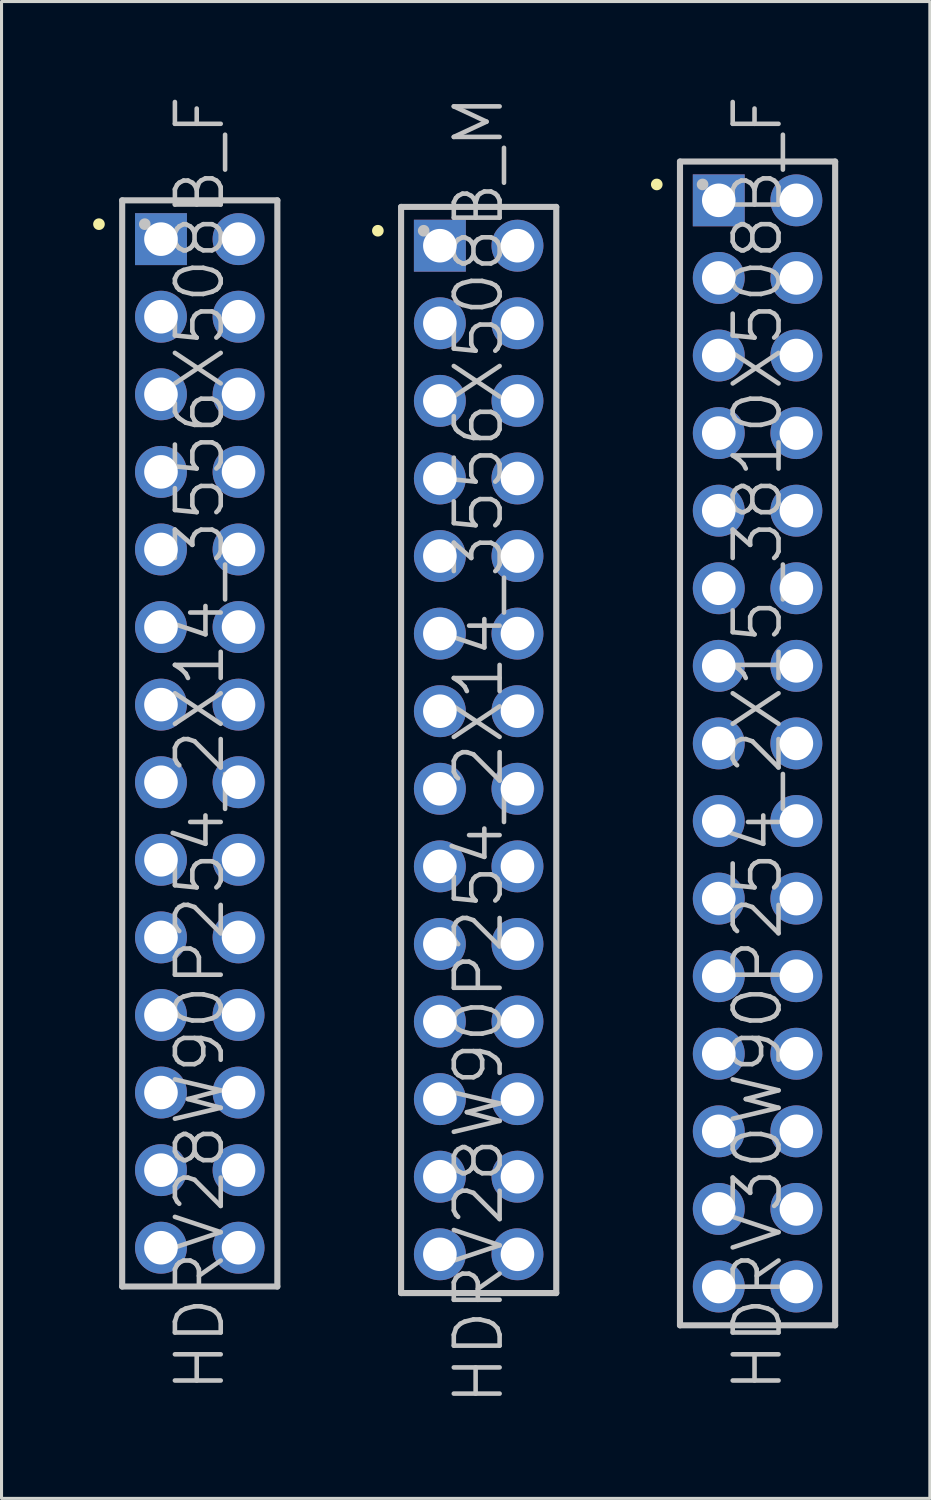
<source format=kicad_pcb>
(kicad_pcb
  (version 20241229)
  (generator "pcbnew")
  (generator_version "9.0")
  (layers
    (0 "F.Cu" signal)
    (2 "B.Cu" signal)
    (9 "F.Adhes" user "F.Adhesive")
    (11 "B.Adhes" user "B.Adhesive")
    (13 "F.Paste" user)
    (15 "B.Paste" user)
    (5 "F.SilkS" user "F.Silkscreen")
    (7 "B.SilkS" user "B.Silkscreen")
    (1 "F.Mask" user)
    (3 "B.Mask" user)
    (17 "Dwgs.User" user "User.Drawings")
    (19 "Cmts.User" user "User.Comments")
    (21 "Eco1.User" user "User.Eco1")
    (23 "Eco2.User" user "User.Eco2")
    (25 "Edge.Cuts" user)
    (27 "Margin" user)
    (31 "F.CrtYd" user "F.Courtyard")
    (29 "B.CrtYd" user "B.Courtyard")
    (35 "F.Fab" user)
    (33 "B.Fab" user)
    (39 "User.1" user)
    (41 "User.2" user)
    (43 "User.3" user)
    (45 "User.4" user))
  (footprint "HDRV28W90P254_2X14_3556X508B_F"
    (layer "F.Cu")
    (at 3.49 21.289)
    (property "Reference" "HDRV28W90P254_2X14_3556X508B_F" (at 0 0 90) (layer "Dwgs.User") (effects (font (size 1.5 1.5) (thickness 0.15))))
    (attr through_hole)
    (fp_line (start -3.3 -17) (end -3.3 -17) (stroke (width 0.381) (type solid)) (layer "F.SilkS"))
    (fp_line (start -2.54 -17.78) (end -2.54 17.78) (stroke (width 0.2) (type solid)) (layer "Dwgs.User"))
    (fp_line (start -2.54 -17.78) (end 2.54 -17.78) (stroke (width 0.2) (type solid)) (layer "Dwgs.User"))
    (fp_line (start -2.54 17.78) (end 2.54 17.78) (stroke (width 0.2) (type solid)) (layer "Dwgs.User"))
    (fp_line (start -1.8 -17) (end -1.8 -17) (stroke (width 0.381) (type solid)) (layer "Dwgs.User"))
    (fp_line (start 2.54 -17.78) (end 2.54 17.78) (stroke (width 0.2) (type solid)) (layer "Dwgs.User"))
    (pad "1" thru_hole rect (at -1.27 -16.51) (size 1.7 1.7) (drill 1.1) (layers "*.Cu" "*.Mask"))
    (pad "2" thru_hole circle (at 1.27 -16.51 270) (size 1.7 1.7) (drill 1.1) (layers "*.Cu" "*.Mask"))
    (pad "3" thru_hole circle (at -1.27 -13.97 270) (size 1.7 1.7) (drill 1.1) (layers "*.Cu" "*.Mask"))
    (pad "4" thru_hole circle (at 1.27 -13.97 270) (size 1.7 1.7) (drill 1.1) (layers "*.Cu" "*.Mask"))
    (pad "5" thru_hole circle (at -1.27 -11.43 270) (size 1.7 1.7) (drill 1.1) (layers "*.Cu" "*.Mask"))
    (pad "6" thru_hole circle (at 1.27 -11.43 270) (size 1.7 1.7) (drill 1.1) (layers "*.Cu" "*.Mask"))
    (pad "7" thru_hole circle (at -1.27 -8.89 270) (size 1.7 1.7) (drill 1.1) (layers "*.Cu" "*.Mask"))
    (pad "8" thru_hole circle (at 1.27 -8.89 270) (size 1.7 1.7) (drill 1.1) (layers "*.Cu" "*.Mask"))
    (pad "9" thru_hole circle (at -1.27 -6.35 270) (size 1.7 1.7) (drill 1.1) (layers "*.Cu" "*.Mask"))
    (pad "10" thru_hole circle (at 1.27 -6.35 270) (size 1.7 1.7) (drill 1.1) (layers "*.Cu" "*.Mask"))
    (pad "11" thru_hole circle (at -1.27 -3.81 270) (size 1.7 1.7) (drill 1.1) (layers "*.Cu" "*.Mask"))
    (pad "12" thru_hole circle (at 1.27 -3.81 270) (size 1.7 1.7) (drill 1.1) (layers "*.Cu" "*.Mask"))
    (pad "13" thru_hole circle (at -1.27 -1.27 270) (size 1.7 1.7) (drill 1.1) (layers "*.Cu" "*.Mask"))
    (pad "14" thru_hole circle (at 1.27 -1.27 270) (size 1.7 1.7) (drill 1.1) (layers "*.Cu" "*.Mask"))
    (pad "15" thru_hole circle (at -1.27 1.27 270) (size 1.7 1.7) (drill 1.1) (layers "*.Cu" "*.Mask"))
    (pad "16" thru_hole circle (at 1.27 1.27 270) (size 1.7 1.7) (drill 1.1) (layers "*.Cu" "*.Mask"))
    (pad "17" thru_hole circle (at -1.27 3.81 270) (size 1.7 1.7) (drill 1.1) (layers "*.Cu" "*.Mask"))
    (pad "18" thru_hole circle (at 1.27 3.81 270) (size 1.7 1.7) (drill 1.1) (layers "*.Cu" "*.Mask"))
    (pad "19" thru_hole circle (at -1.27 6.35 270) (size 1.7 1.7) (drill 1.1) (layers "*.Cu" "*.Mask"))
    (pad "20" thru_hole circle (at 1.27 6.35 270) (size 1.7 1.7) (drill 1.1) (layers "*.Cu" "*.Mask"))
    (pad "21" thru_hole circle (at -1.27 8.89 270) (size 1.7 1.7) (drill 1.1) (layers "*.Cu" "*.Mask"))
    (pad "22" thru_hole circle (at 1.27 8.89 270) (size 1.7 1.7) (drill 1.1) (layers "*.Cu" "*.Mask"))
    (pad "23" thru_hole circle (at -1.27 11.43 270) (size 1.7 1.7) (drill 1.1) (layers "*.Cu" "*.Mask"))
    (pad "24" thru_hole circle (at 1.27 11.43 270) (size 1.7 1.7) (drill 1.1) (layers "*.Cu" "*.Mask"))
    (pad "25" thru_hole circle (at -1.27 13.97 270) (size 1.7 1.7) (drill 1.1) (layers "*.Cu" "*.Mask"))
    (pad "26" thru_hole circle (at 1.27 13.97 270) (size 1.7 1.7) (drill 1.1) (layers "*.Cu" "*.Mask"))
    (pad "27" thru_hole circle (at -1.27 16.51 270) (size 1.7 1.7) (drill 1.1) (layers "*.Cu" "*.Mask"))
    (pad "28" thru_hole circle (at 1.27 16.51 270) (size 1.7 1.7) (drill 1.1) (layers "*.Cu" "*.Mask")))
  (footprint "HDRV30W90P254_2X15_3810X508B_F"
    (layer "F.Cu")
    (at 21.752 21.289)
    (property "Reference" "HDRV30W90P254_2X15_3810X508B_F" (at 0 0 90) (layer "Dwgs.User") (effects (font (size 1.5 1.5) (thickness 0.15))))
    (attr through_hole)
    (fp_line (start -3.3 -18.3) (end -3.3 -18.3) (stroke (width 0.381) (type solid)) (layer "F.SilkS"))
    (fp_line (start -2.54 -19.05) (end -2.54 19.05) (stroke (width 0.2) (type solid)) (layer "Dwgs.User"))
    (fp_line (start -2.54 -19.05) (end 2.54 -19.05) (stroke (width 0.2) (type solid)) (layer "Dwgs.User"))
    (fp_line (start -2.54 19.05) (end 2.54 19.05) (stroke (width 0.2) (type solid)) (layer "Dwgs.User"))
    (fp_line (start -1.8 -18.3) (end -1.8 -18.3) (stroke (width 0.381) (type solid)) (layer "Dwgs.User"))
    (fp_line (start 2.54 -19.05) (end 2.54 19.05) (stroke (width 0.2) (type solid)) (layer "Dwgs.User"))
    (pad "1" thru_hole rect (at -1.27 -17.78) (size 1.7 1.7) (drill 1.1) (layers "*.Cu" "*.Mask"))
    (pad "2" thru_hole circle (at 1.27 -17.78 270) (size 1.7 1.7) (drill 1.1) (layers "*.Cu" "*.Mask"))
    (pad "3" thru_hole circle (at -1.27 -15.24 270) (size 1.7 1.7) (drill 1.1) (layers "*.Cu" "*.Mask"))
    (pad "4" thru_hole circle (at 1.27 -15.24 270) (size 1.7 1.7) (drill 1.1) (layers "*.Cu" "*.Mask"))
    (pad "5" thru_hole circle (at -1.27 -12.7 270) (size 1.7 1.7) (drill 1.1) (layers "*.Cu" "*.Mask"))
    (pad "6" thru_hole circle (at 1.27 -12.7 270) (size 1.7 1.7) (drill 1.1) (layers "*.Cu" "*.Mask"))
    (pad "7" thru_hole circle (at -1.27 -10.16 270) (size 1.7 1.7) (drill 1.1) (layers "*.Cu" "*.Mask"))
    (pad "8" thru_hole circle (at 1.27 -10.16 270) (size 1.7 1.7) (drill 1.1) (layers "*.Cu" "*.Mask"))
    (pad "9" thru_hole circle (at -1.27 -7.62 270) (size 1.7 1.7) (drill 1.1) (layers "*.Cu" "*.Mask"))
    (pad "10" thru_hole circle (at 1.27 -7.62 270) (size 1.7 1.7) (drill 1.1) (layers "*.Cu" "*.Mask"))
    (pad "11" thru_hole circle (at -1.27 -5.08 270) (size 1.7 1.7) (drill 1.1) (layers "*.Cu" "*.Mask"))
    (pad "12" thru_hole circle (at 1.27 -5.08 270) (size 1.7 1.7) (drill 1.1) (layers "*.Cu" "*.Mask"))
    (pad "13" thru_hole circle (at -1.27 -2.54 270) (size 1.7 1.7) (drill 1.1) (layers "*.Cu" "*.Mask"))
    (pad "14" thru_hole circle (at 1.27 -2.54 270) (size 1.7 1.7) (drill 1.1) (layers "*.Cu" "*.Mask"))
    (pad "15" thru_hole circle (at -1.27 0 270) (size 1.7 1.7) (drill 1.1) (layers "*.Cu" "*.Mask"))
    (pad "16" thru_hole circle (at 1.27 0 270) (size 1.7 1.7) (drill 1.1) (layers "*.Cu" "*.Mask"))
    (pad "17" thru_hole circle (at -1.27 2.54 270) (size 1.7 1.7) (drill 1.1) (layers "*.Cu" "*.Mask"))
    (pad "18" thru_hole circle (at 1.27 2.54 270) (size 1.7 1.7) (drill 1.1) (layers "*.Cu" "*.Mask"))
    (pad "19" thru_hole circle (at -1.27 5.08 270) (size 1.7 1.7) (drill 1.1) (layers "*.Cu" "*.Mask"))
    (pad "20" thru_hole circle (at 1.27 5.08 270) (size 1.7 1.7) (drill 1.1) (layers "*.Cu" "*.Mask"))
    (pad "21" thru_hole circle (at -1.27 7.62 270) (size 1.7 1.7) (drill 1.1) (layers "*.Cu" "*.Mask"))
    (pad "22" thru_hole circle (at 1.27 7.62 270) (size 1.7 1.7) (drill 1.1) (layers "*.Cu" "*.Mask"))
    (pad "23" thru_hole circle (at -1.27 10.16 270) (size 1.7 1.7) (drill 1.1) (layers "*.Cu" "*.Mask"))
    (pad "24" thru_hole circle (at 1.27 10.16 270) (size 1.7 1.7) (drill 1.1) (layers "*.Cu" "*.Mask"))
    (pad "25" thru_hole circle (at -1.27 12.7 270) (size 1.7 1.7) (drill 1.1) (layers "*.Cu" "*.Mask"))
    (pad "26" thru_hole circle (at 1.27 12.7 270) (size 1.7 1.7) (drill 1.1) (layers "*.Cu" "*.Mask"))
    (pad "27" thru_hole circle (at -1.27 15.24 270) (size 1.7 1.7) (drill 1.1) (layers "*.Cu" "*.Mask"))
    (pad "28" thru_hole circle (at 1.27 15.24 270) (size 1.7 1.7) (drill 1.1) (layers "*.Cu" "*.Mask"))
    (pad "29" thru_hole circle (at -1.27 17.78 270) (size 1.7 1.7) (drill 1.1) (layers "*.Cu" "*.Mask"))
    (pad "30" thru_hole circle (at 1.27 17.78 270) (size 1.7 1.7) (drill 1.1) (layers "*.Cu" "*.Mask")))
  (footprint "HDRV28W90P254_2X14_3556X508B_M"
    (layer "F.Cu")
    (at 12.621 21.504)
    (property "Reference" "HDRV28W90P254_2X14_3556X508B_M" (at 0 0 90) (layer "Dwgs.User") (effects (font (size 1.5 1.5) (thickness 0.15))))
    (attr through_hole)
    (fp_line (start -3.3 -17) (end -3.3 -17) (stroke (width 0.381) (type solid)) (layer "F.SilkS"))
    (fp_line (start -2.54 -17.78) (end -2.54 17.78) (stroke (width 0.2) (type solid)) (layer "Dwgs.User"))
    (fp_line (start -2.54 -17.78) (end 2.54 -17.78) (stroke (width 0.2) (type solid)) (layer "Dwgs.User"))
    (fp_line (start -2.54 17.78) (end 2.54 17.78) (stroke (width 0.2) (type solid)) (layer "Dwgs.User"))
    (fp_line (start -1.8 -17) (end -1.8 -17) (stroke (width 0.381) (type solid)) (layer "Dwgs.User"))
    (fp_line (start 2.54 -17.78) (end 2.54 17.78) (stroke (width 0.2) (type solid)) (layer "Dwgs.User"))
    (pad "1" thru_hole rect (at -1.27 -16.51) (size 1.7 1.7) (drill 1.1) (layers "*.Cu" "*.Mask"))
    (pad "2" thru_hole circle (at 1.27 -16.51 270) (size 1.7 1.7) (drill 1.1) (layers "*.Cu" "*.Mask"))
    (pad "3" thru_hole circle (at -1.27 -13.97 270) (size 1.7 1.7) (drill 1.1) (layers "*.Cu" "*.Mask"))
    (pad "4" thru_hole circle (at 1.27 -13.97 270) (size 1.7 1.7) (drill 1.1) (layers "*.Cu" "*.Mask"))
    (pad "5" thru_hole circle (at -1.27 -11.43 270) (size 1.7 1.7) (drill 1.1) (layers "*.Cu" "*.Mask"))
    (pad "6" thru_hole circle (at 1.27 -11.43 270) (size 1.7 1.7) (drill 1.1) (layers "*.Cu" "*.Mask"))
    (pad "7" thru_hole circle (at -1.27 -8.89 270) (size 1.7 1.7) (drill 1.1) (layers "*.Cu" "*.Mask"))
    (pad "8" thru_hole circle (at 1.27 -8.89 270) (size 1.7 1.7) (drill 1.1) (layers "*.Cu" "*.Mask"))
    (pad "9" thru_hole circle (at -1.27 -6.35 270) (size 1.7 1.7) (drill 1.1) (layers "*.Cu" "*.Mask"))
    (pad "10" thru_hole circle (at 1.27 -6.35 270) (size 1.7 1.7) (drill 1.1) (layers "*.Cu" "*.Mask"))
    (pad "11" thru_hole circle (at -1.27 -3.81 270) (size 1.7 1.7) (drill 1.1) (layers "*.Cu" "*.Mask"))
    (pad "12" thru_hole circle (at 1.27 -3.81 270) (size 1.7 1.7) (drill 1.1) (layers "*.Cu" "*.Mask"))
    (pad "13" thru_hole circle (at -1.27 -1.27 270) (size 1.7 1.7) (drill 1.1) (layers "*.Cu" "*.Mask"))
    (pad "14" thru_hole circle (at 1.27 -1.27 270) (size 1.7 1.7) (drill 1.1) (layers "*.Cu" "*.Mask"))
    (pad "15" thru_hole circle (at -1.27 1.27 270) (size 1.7 1.7) (drill 1.1) (layers "*.Cu" "*.Mask"))
    (pad "16" thru_hole circle (at 1.27 1.27 270) (size 1.7 1.7) (drill 1.1) (layers "*.Cu" "*.Mask"))
    (pad "17" thru_hole circle (at -1.27 3.81 270) (size 1.7 1.7) (drill 1.1) (layers "*.Cu" "*.Mask"))
    (pad "18" thru_hole circle (at 1.27 3.81 270) (size 1.7 1.7) (drill 1.1) (layers "*.Cu" "*.Mask"))
    (pad "19" thru_hole circle (at -1.27 6.35 270) (size 1.7 1.7) (drill 1.1) (layers "*.Cu" "*.Mask"))
    (pad "20" thru_hole circle (at 1.27 6.35 270) (size 1.7 1.7) (drill 1.1) (layers "*.Cu" "*.Mask"))
    (pad "21" thru_hole circle (at -1.27 8.89 270) (size 1.7 1.7) (drill 1.1) (layers "*.Cu" "*.Mask"))
    (pad "22" thru_hole circle (at 1.27 8.89 270) (size 1.7 1.7) (drill 1.1) (layers "*.Cu" "*.Mask"))
    (pad "23" thru_hole circle (at -1.27 11.43 270) (size 1.7 1.7) (drill 1.1) (layers "*.Cu" "*.Mask"))
    (pad "24" thru_hole circle (at 1.27 11.43 270) (size 1.7 1.7) (drill 1.1) (layers "*.Cu" "*.Mask"))
    (pad "25" thru_hole circle (at -1.27 13.97 270) (size 1.7 1.7) (drill 1.1) (layers "*.Cu" "*.Mask"))
    (pad "26" thru_hole circle (at 1.27 13.97 270) (size 1.7 1.7) (drill 1.1) (layers "*.Cu" "*.Mask"))
    (pad "27" thru_hole circle (at -1.27 16.51 270) (size 1.7 1.7) (drill 1.1) (layers "*.Cu" "*.Mask"))
    (pad "28" thru_hole circle (at 1.27 16.51 270) (size 1.7 1.7) (drill 1.1) (layers "*.Cu" "*.Mask")))
  (gr_rect
    (start -3 -3)
    (end 27.392 46.007)
    (stroke (width 0.1) (type default))
    (fill no)
    (layer "Edge.Cuts")))
</source>
